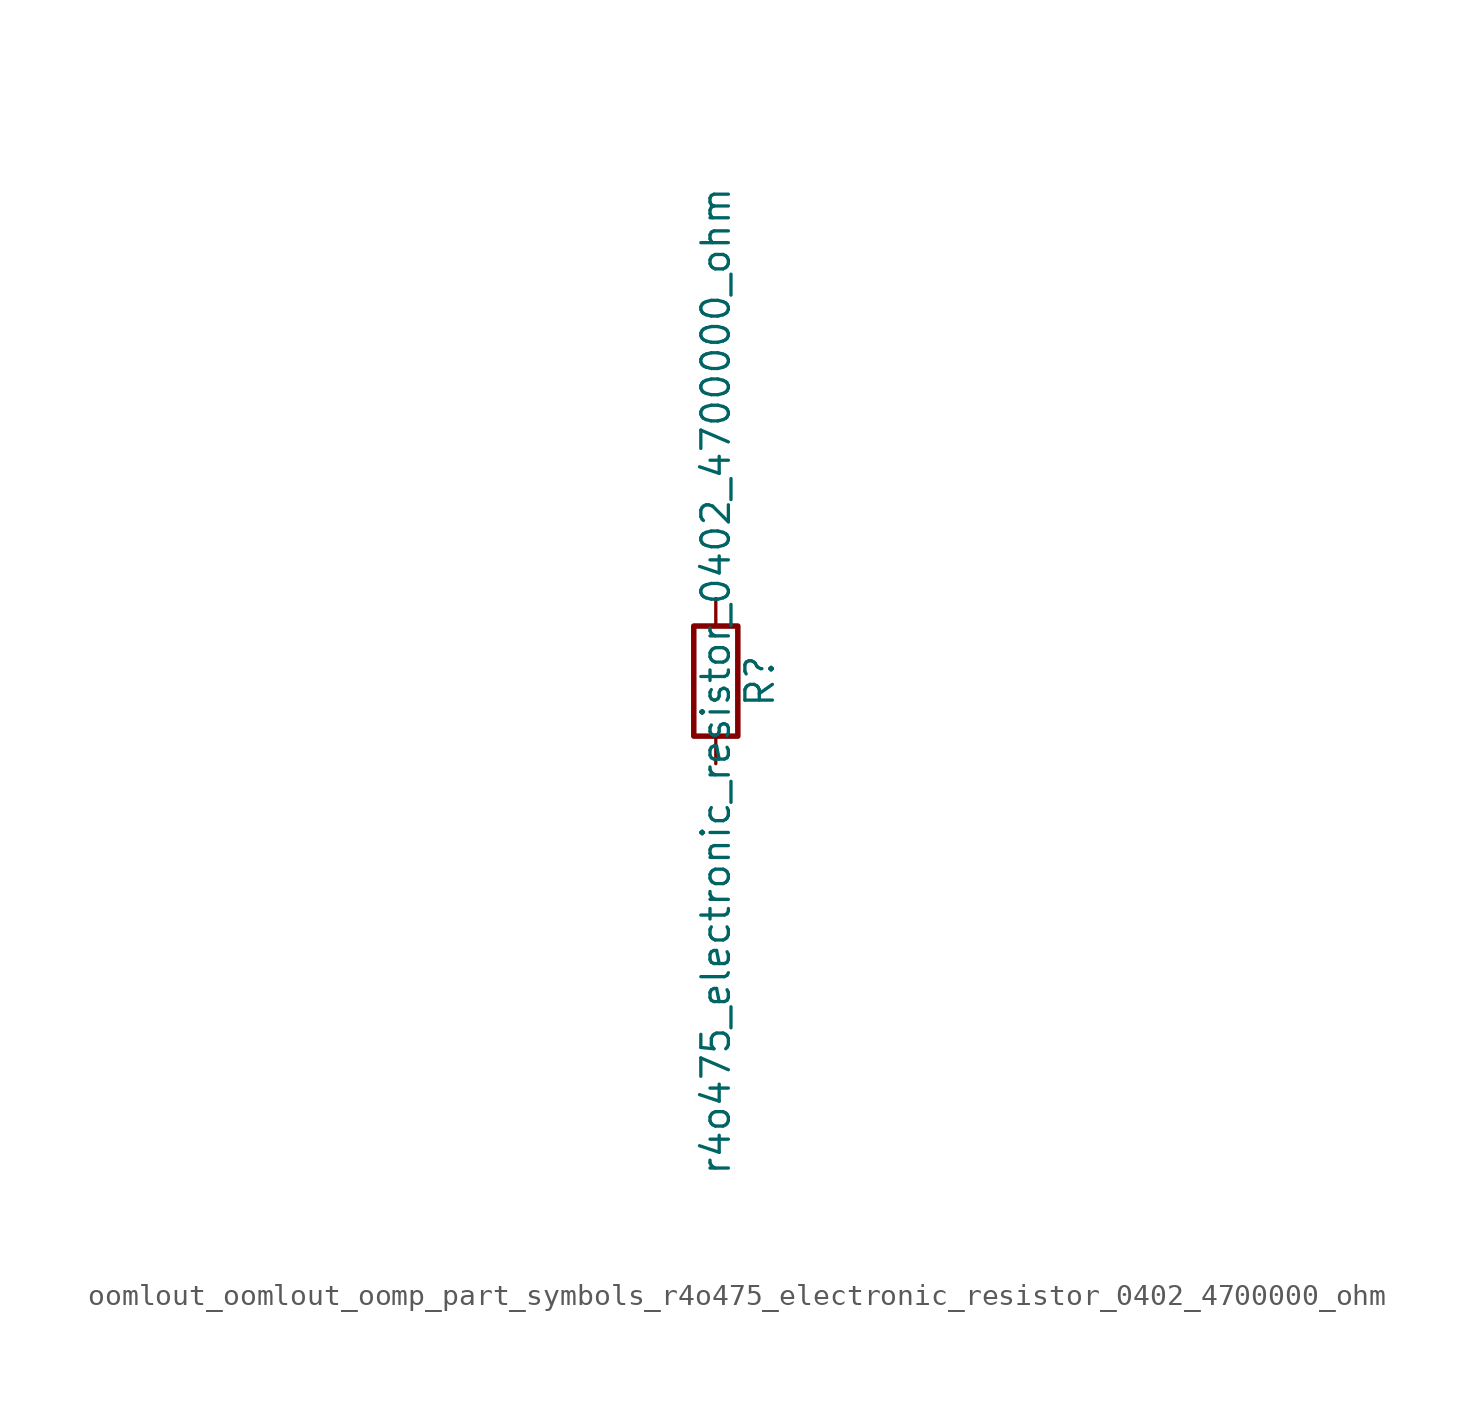
<source format=kicad_sym>
(kicad_symbol_lib
  (version 20220914)
  (generator kicad_symbol_editor)
  (symbol "oomlout_oomlout_oomp_part_symbols_r4o475_electronic_resistor_0402_4700000_ohm"
    (pin_numbers hide)
    (pin_names
      (offset 0))
    (property "Reference" "R"
      (at 2.032 0 90)
      (effects (font (size 1.27 1.27))))
    (property "Value" "r4o475_electronic_resistor_0402_4700000_ohm"
      (at 0 0 90)
      (effects (font (size 1.27 1.27))))
    (symbol "oomlout_oomlout_oomp_part_symbols_r4o475_electronic_resistor_0402_4700000_ohm_0_1"
      (rectangle (start -1.016 -2.54) (end 1.016 2.54) (stroke (width 0.254) (type default)) (fill (type none))))
    (symbol "oomlout_oomlout_oomp_part_symbols_r4o475_electronic_resistor_0402_4700000_ohm_1_1"
      (pin passive line (at 0 3.81 270) (length 1.27) (name "~" (effects (font (size 1.27 1.27)))) (number "1" (effects (font (size 1.27 1.27)))))
      (pin passive line (at 0 -3.81 90) (length 1.27) (name "~" (effects (font (size 1.27 1.27)))) (number "2" (effects (font (size 1.27 1.27))))))))
</source>
